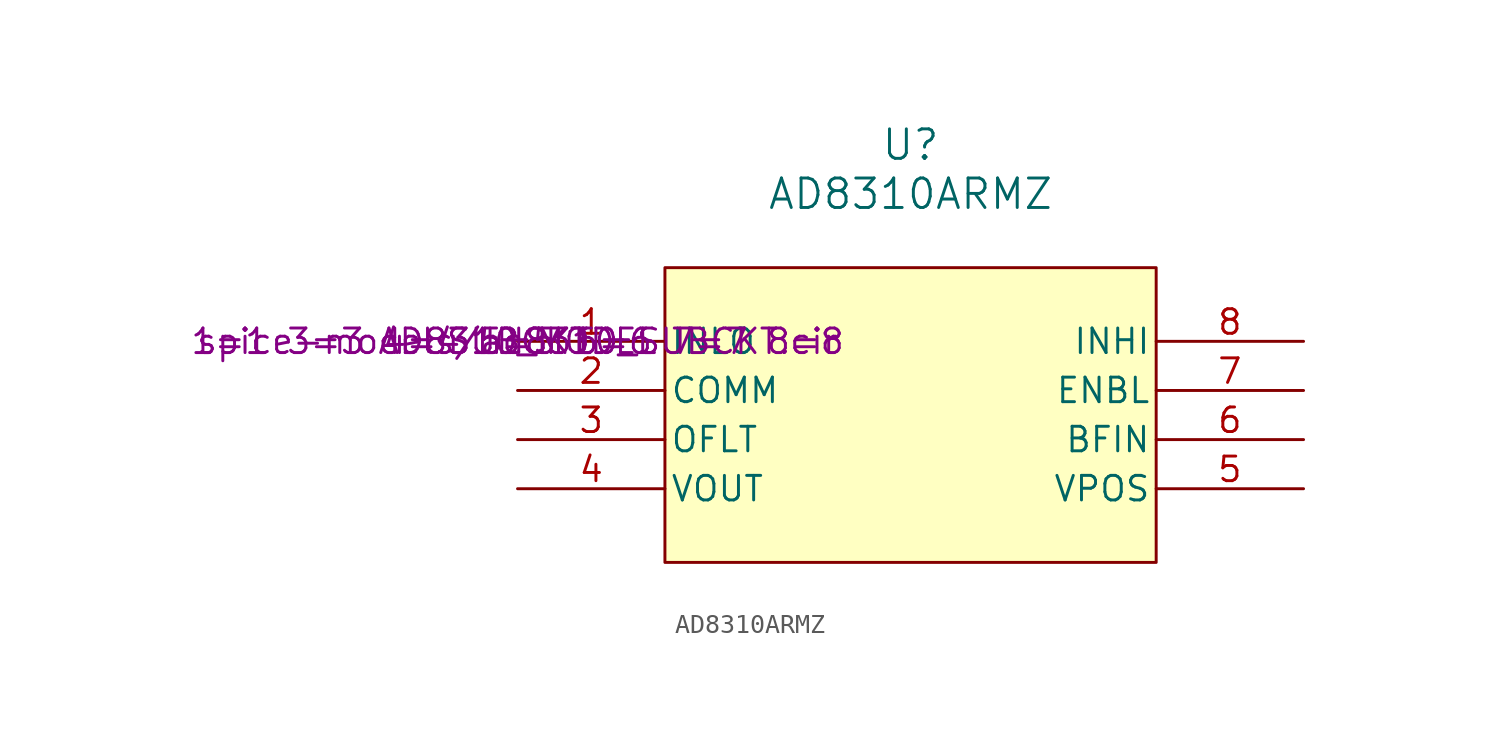
<source format=kicad_sym>
(kicad_symbol_lib
  (version 20231120)
  (generator "kicad_symbol_editor")
  (generator_version "8.0")
  (symbol "AD8310ARMZ"
    (pin_names
      (offset 0.254))
    (property "Reference" "U"
      (at 20.32 10.16 0)
      (effects (font (size 1.524 1.524))))
    (property "Value" "AD8310ARMZ"
      (at 20.32 7.62 0)
      (effects (font (size 1.524 1.524))))
    (property "Sim.Library" "spice-models/ad8310_SUBCKT.cir"
      (at 0 0 0)
      (effects (font (size 1.27 1.27))))
    (property "Sim.Name" "AD8310_MODEL"
      (at 0 0 0)
      (effects (font (size 1.27 1.27))))
    (property "Sim.Device" "SUBCKT"
      (at 0 0 0)
      (effects (font (size 1.27 1.27))))
    (property "Sim.Pins" "1=1 3=3 4=4 5=5 6=6 7=7 8=8"
      (at 0 0 0)
      (effects (font (size 1.27 1.27))))
    (symbol "AD8310ARMZ_0_1"
      (pin passive line (at 0 0 0) (length 7.62) (name "INLO" (effects (font (size 1.27 1.27)))) (number "1" (effects (font (size 1.27 1.27)))))
      (pin power_in line (at 0 -2.54 0) (length 7.62) (name "COMM" (effects (font (size 1.27 1.27)))) (number "2" (effects (font (size 1.27 1.27)))))
      (pin passive line (at 0 -5.08 0) (length 7.62) (name "OFLT" (effects (font (size 1.27 1.27)))) (number "3" (effects (font (size 1.27 1.27)))))
      (pin passive line (at 0 -7.62 0) (length 7.62) (name "VOUT" (effects (font (size 1.27 1.27)))) (number "4" (effects (font (size 1.27 1.27)))))
      (pin passive line (at 40.64 -7.62 180) (length 7.62) (name "VPOS" (effects (font (size 1.27 1.27)))) (number "5" (effects (font (size 1.27 1.27)))))
      (pin passive line (at 40.64 -5.08 180) (length 7.62) (name "BFIN" (effects (font (size 1.27 1.27)))) (number "6" (effects (font (size 1.27 1.27)))))
      (pin passive line (at 40.64 -2.54 180) (length 7.62) (name "ENBL" (effects (font (size 1.27 1.27)))) (number "7" (effects (font (size 1.27 1.27)))))
      (pin passive line (at 40.64 0 180) (length 7.62) (name "INHI" (effects (font (size 1.27 1.27)))) (number "8" (effects (font (size 1.27 1.27))))))
    (symbol "AD8310ARMZ_1_1"
      (rectangle (start 7.62 3.81) (end 33.02 -11.43) (stroke (width 0) (type default)) (fill (type background))))))
</source>
